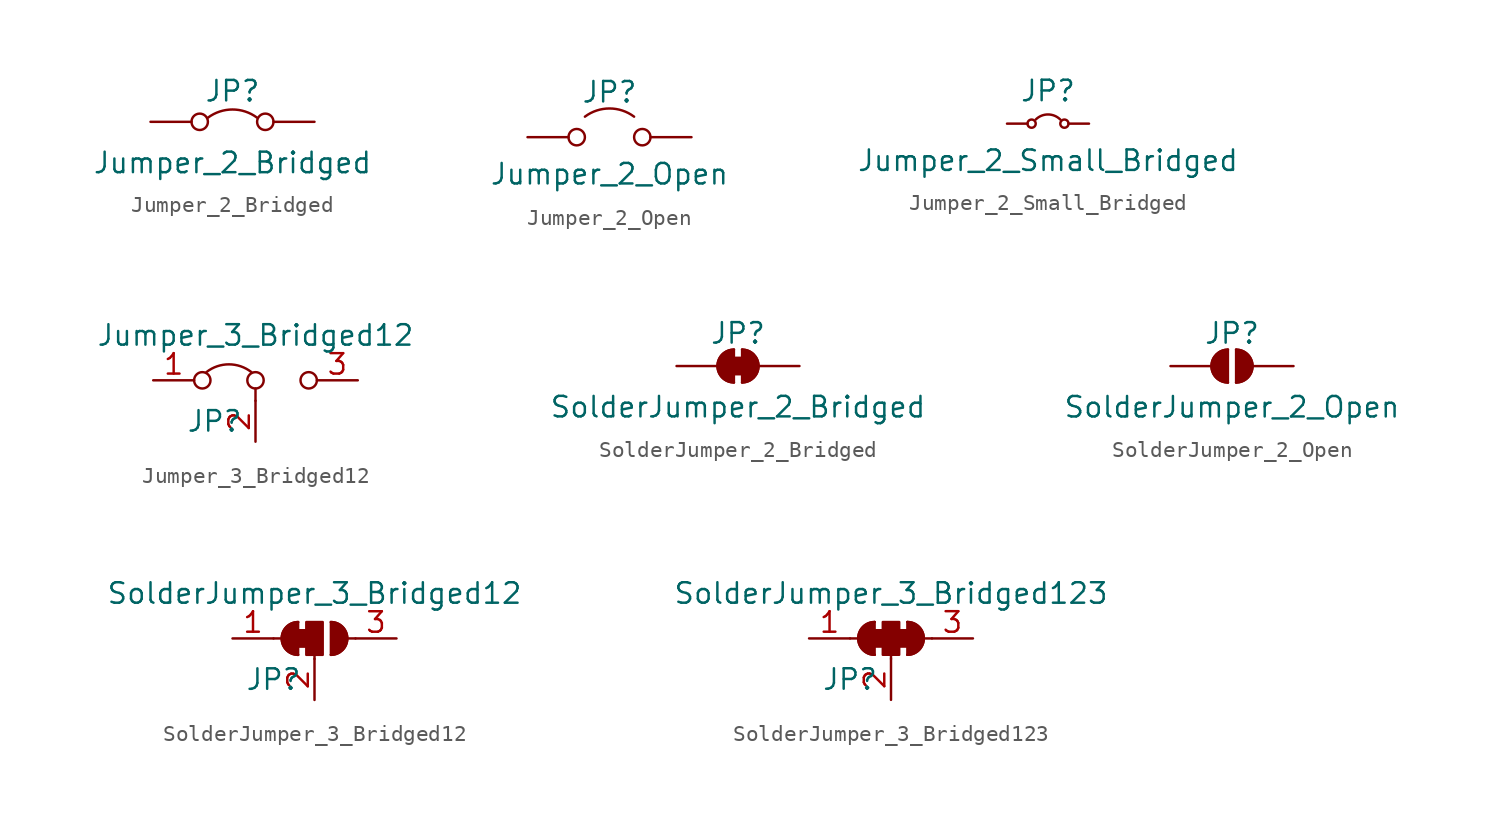
<source format=kicad_sym>
(kicad_symbol_lib
  (version 20231120)
  (generator "kicad_symbol_editor")
  (generator_version "8.0")
  (symbol "Jumper_2_Bridged"
    (pin_numbers hide)
    (pin_names
      (offset 0) hide)
    (property "Reference" "JP"
      (at 0 1.905 0)
      (effects (font (size 1.27 1.27))))
    (property "Value" "Jumper_2_Bridged"
      (at 0 -2.54 0)
      (effects (font (size 1.27 1.27))))
    (symbol "Jumper_2_Bridged_0_0"
      (circle (center -2.032 0) (radius 0.508) (stroke (width 0) (type default)) (fill (type none)))
      (circle (center 2.032 0) (radius 0.508) (stroke (width 0) (type default)) (fill (type none))))
    (symbol "Jumper_2_Bridged_0_1"
      (arc (start 1.524 0.254) (mid 0 0.762) (end -1.524 0.254) (stroke (width 0) (type default)) (fill (type none))))
    (symbol "Jumper_2_Bridged_1_1"
      (pin passive line (at -5.08 0 0) (length 2.54) (name "A" (effects (font (size 1.27 1.27)))) (number "1" (effects (font (size 1.27 1.27)))))
      (pin passive line (at 5.08 0 180) (length 2.54) (name "B" (effects (font (size 1.27 1.27)))) (number "2" (effects (font (size 1.27 1.27)))))))
  (symbol "Jumper_2_Open"
    (pin_numbers hide)
    (pin_names
      (offset 0) hide)
    (property "Reference" "JP"
      (at 0 2.794 0)
      (effects (font (size 1.27 1.27))))
    (property "Value" "Jumper_2_Open"
      (at 0 -2.286 0)
      (effects (font (size 1.27 1.27))))
    (symbol "Jumper_2_Open_0_0"
      (circle (center -2.032 0) (radius 0.508) (stroke (width 0) (type default)) (fill (type none)))
      (circle (center 2.032 0) (radius 0.508) (stroke (width 0) (type default)) (fill (type none))))
    (symbol "Jumper_2_Open_0_1"
      (arc (start 1.524 1.27) (mid 0 1.778) (end -1.524 1.27) (stroke (width 0) (type default)) (fill (type none))))
    (symbol "Jumper_2_Open_1_1"
      (pin passive line (at -5.08 0 0) (length 2.54) (name "A" (effects (font (size 1.27 1.27)))) (number "1" (effects (font (size 1.27 1.27)))))
      (pin passive line (at 5.08 0 180) (length 2.54) (name "B" (effects (font (size 1.27 1.27)))) (number "2" (effects (font (size 1.27 1.27)))))))
  (symbol "Jumper_2_Small_Bridged"
    (pin_numbers hide)
    (pin_names
      (offset 0) hide)
    (property "Reference" "JP"
      (at 0 2.032 0)
      (effects (font (size 1.27 1.27))))
    (property "Value" "Jumper_2_Small_Bridged"
      (at 0 -2.286 0)
      (effects (font (size 1.27 1.27))))
    (symbol "Jumper_2_Small_Bridged_0_0"
      (circle (center -1.016 0) (radius 0.254) (stroke (width 0) (type default)) (fill (type none)))
      (circle (center 1.016 0) (radius 0.254) (stroke (width 0) (type default)) (fill (type none))))
    (symbol "Jumper_2_Small_Bridged_0_1"
      (arc (start 0.762 0.254) (mid 0 0.5696) (end -0.762 0.254) (stroke (width 0) (type default)) (fill (type none))))
    (symbol "Jumper_2_Small_Bridged_1_1"
      (pin passive line (at -2.54 0 0) (length 1.27) (name "A" (effects (font (size 1.27 1.27)))) (number "1" (effects (font (size 1.27 1.27)))))
      (pin passive line (at 2.54 0 180) (length 1.27) (name "B" (effects (font (size 1.27 1.27)))) (number "2" (effects (font (size 1.27 1.27)))))))
  (symbol "Jumper_3_Bridged12"
    (pin_names
      (offset 0) hide)
    (property "Reference" "JP"
      (at -2.54 -2.54 0)
      (effects (font (size 1.27 1.27))))
    (property "Value" "Jumper_3_Bridged12"
      (at 0 2.794 0)
      (effects (font (size 1.27 1.27))))
    (symbol "Jumper_3_Bridged12_0_0"
      (circle (center -3.302 0) (radius 0.508) (stroke (width 0) (type default)) (fill (type none)))
      (circle (center 0 0) (radius 0.508) (stroke (width 0) (type default)) (fill (type none)))
      (circle (center 3.302 0) (radius 0.508) (stroke (width 0) (type default)) (fill (type none))))
    (symbol "Jumper_3_Bridged12_0_1"
      (arc (start -0.254 0.508) (mid -1.651 0.9912) (end -3.048 0.508) (stroke (width 0) (type default)) (fill (type none)))
      (polyline (pts (xy 0 -1.27) (xy 0 -0.508)) (stroke (width 0) (type default)) (fill (type none))))
    (symbol "Jumper_3_Bridged12_1_1"
      (pin passive line (at -6.35 0 0) (length 2.54) (name "A" (effects (font (size 1.27 1.27)))) (number "1" (effects (font (size 1.27 1.27)))))
      (pin passive line (at 0 -3.81 90) (length 2.54) (name "C" (effects (font (size 1.27 1.27)))) (number "2" (effects (font (size 1.27 1.27)))))
      (pin passive line (at 6.35 0 180) (length 2.54) (name "B" (effects (font (size 1.27 1.27)))) (number "3" (effects (font (size 1.27 1.27)))))))
  (symbol "SolderJumper_2_Bridged"
    (pin_numbers hide)
    (pin_names
      (offset 0) hide)
    (property "Reference" "JP"
      (at 0 2.032 0)
      (effects (font (size 1.27 1.27))))
    (property "Value" "SolderJumper_2_Bridged"
      (at 0 -2.54 0)
      (effects (font (size 1.27 1.27))))
    (symbol "SolderJumper_2_Bridged_0_1"
      (rectangle (start -0.508 0.508) (end 0.508 -0.508) (stroke (width 0) (type default)) (fill (type outline)))
      (arc (start -0.254 1.016) (mid -1.2656 0) (end -0.254 -1.016) (stroke (width 0) (type default)) (fill (type none)))
      (arc (start -0.254 1.016) (mid -1.2656 0) (end -0.254 -1.016) (stroke (width 0) (type default)) (fill (type outline)))
      (polyline (pts (xy -0.254 1.016) (xy -0.254 -1.016)) (stroke (width 0) (type default)) (fill (type none)))
      (polyline (pts (xy 0.254 1.016) (xy 0.254 -1.016)) (stroke (width 0) (type default)) (fill (type none)))
      (arc (start 0.254 -1.016) (mid 1.2656 0) (end 0.254 1.016) (stroke (width 0) (type default)) (fill (type none)))
      (arc (start 0.254 -1.016) (mid 1.2656 0) (end 0.254 1.016) (stroke (width 0) (type default)) (fill (type outline))))
    (symbol "SolderJumper_2_Bridged_1_1"
      (pin passive line (at -3.81 0 0) (length 2.54) (name "A" (effects (font (size 1.27 1.27)))) (number "1" (effects (font (size 1.27 1.27)))))
      (pin passive line (at 3.81 0 180) (length 2.54) (name "B" (effects (font (size 1.27 1.27)))) (number "2" (effects (font (size 1.27 1.27)))))))
  (symbol "SolderJumper_2_Open"
    (pin_numbers hide)
    (pin_names
      (offset 0) hide)
    (property "Reference" "JP"
      (at 0 2.032 0)
      (effects (font (size 1.27 1.27))))
    (property "Value" "SolderJumper_2_Open"
      (at 0 -2.54 0)
      (effects (font (size 1.27 1.27))))
    (symbol "SolderJumper_2_Open_0_1"
      (arc (start -0.254 1.016) (mid -1.2656 0) (end -0.254 -1.016) (stroke (width 0) (type default)) (fill (type none)))
      (arc (start -0.254 1.016) (mid -1.2656 0) (end -0.254 -1.016) (stroke (width 0) (type default)) (fill (type outline)))
      (polyline (pts (xy -0.254 1.016) (xy -0.254 -1.016)) (stroke (width 0) (type default)) (fill (type none)))
      (polyline (pts (xy 0.254 1.016) (xy 0.254 -1.016)) (stroke (width 0) (type default)) (fill (type none)))
      (arc (start 0.254 -1.016) (mid 1.2656 0) (end 0.254 1.016) (stroke (width 0) (type default)) (fill (type none)))
      (arc (start 0.254 -1.016) (mid 1.2656 0) (end 0.254 1.016) (stroke (width 0) (type default)) (fill (type outline))))
    (symbol "SolderJumper_2_Open_1_1"
      (pin passive line (at -3.81 0 0) (length 2.54) (name "A" (effects (font (size 1.27 1.27)))) (number "1" (effects (font (size 1.27 1.27)))))
      (pin passive line (at 3.81 0 180) (length 2.54) (name "B" (effects (font (size 1.27 1.27)))) (number "2" (effects (font (size 1.27 1.27)))))))
  (symbol "SolderJumper_3_Bridged12"
    (pin_names
      (offset 0) hide)
    (property "Reference" "JP"
      (at -2.54 -2.54 0)
      (effects (font (size 1.27 1.27))))
    (property "Value" "SolderJumper_3_Bridged12"
      (at 0 2.794 0)
      (effects (font (size 1.27 1.27))))
    (symbol "SolderJumper_3_Bridged12_0_1"
      (rectangle (start -1.016 0.508) (end -0.508 -0.508) (stroke (width 0) (type default)) (fill (type outline)))
      (arc (start -1.016 1.016) (mid -2.0276 0) (end -1.016 -1.016) (stroke (width 0) (type default)) (fill (type none)))
      (arc (start -1.016 1.016) (mid -2.0276 0) (end -1.016 -1.016) (stroke (width 0) (type default)) (fill (type outline)))
      (rectangle (start -0.508 1.016) (end 0.508 -1.016) (stroke (width 0) (type default)) (fill (type outline)))
      (polyline (pts (xy -2.54 0) (xy -2.032 0)) (stroke (width 0) (type default)) (fill (type none)))
      (polyline (pts (xy -1.016 1.016) (xy -1.016 -1.016)) (stroke (width 0) (type default)) (fill (type none)))
      (polyline (pts (xy 0 -1.27) (xy 0 -1.016)) (stroke (width 0) (type default)) (fill (type none)))
      (polyline (pts (xy 1.016 1.016) (xy 1.016 -1.016)) (stroke (width 0) (type default)) (fill (type none)))
      (polyline (pts (xy 2.54 0) (xy 2.032 0)) (stroke (width 0) (type default)) (fill (type none)))
      (arc (start 1.016 -1.016) (mid 2.0276 0) (end 1.016 1.016) (stroke (width 0) (type default)) (fill (type none)))
      (arc (start 1.016 -1.016) (mid 2.0276 0) (end 1.016 1.016) (stroke (width 0) (type default)) (fill (type outline))))
    (symbol "SolderJumper_3_Bridged12_1_1"
      (pin passive line (at -5.08 0 0) (length 2.54) (name "A" (effects (font (size 1.27 1.27)))) (number "1" (effects (font (size 1.27 1.27)))))
      (pin passive line (at 0 -3.81 90) (length 2.54) (name "C" (effects (font (size 1.27 1.27)))) (number "2" (effects (font (size 1.27 1.27)))))
      (pin passive line (at 5.08 0 180) (length 2.54) (name "B" (effects (font (size 1.27 1.27)))) (number "3" (effects (font (size 1.27 1.27)))))))
  (symbol "SolderJumper_3_Bridged123"
    (pin_names
      (offset 0) hide)
    (property "Reference" "JP"
      (at -2.54 -2.54 0)
      (effects (font (size 1.27 1.27))))
    (property "Value" "SolderJumper_3_Bridged123"
      (at 0 2.794 0)
      (effects (font (size 1.27 1.27))))
    (symbol "SolderJumper_3_Bridged123_0_1"
      (rectangle (start -1.016 0.508) (end -0.508 -0.508) (stroke (width 0) (type default)) (fill (type outline)))
      (arc (start -1.016 1.016) (mid -2.0276 0) (end -1.016 -1.016) (stroke (width 0) (type default)) (fill (type none)))
      (arc (start -1.016 1.016) (mid -2.0276 0) (end -1.016 -1.016) (stroke (width 0) (type default)) (fill (type outline)))
      (rectangle (start -0.508 1.016) (end 0.508 -1.016) (stroke (width 0) (type default)) (fill (type outline)))
      (polyline (pts (xy -2.54 0) (xy -2.032 0)) (stroke (width 0) (type default)) (fill (type none)))
      (polyline (pts (xy -1.016 1.016) (xy -1.016 -1.016)) (stroke (width 0) (type default)) (fill (type none)))
      (polyline (pts (xy 0 -1.27) (xy 0 -1.016)) (stroke (width 0) (type default)) (fill (type none)))
      (polyline (pts (xy 1.016 1.016) (xy 1.016 -1.016)) (stroke (width 0) (type default)) (fill (type none)))
      (polyline (pts (xy 2.54 0) (xy 2.032 0)) (stroke (width 0) (type default)) (fill (type none)))
      (rectangle (start 0.508 0.508) (end 1.016 -0.508) (stroke (width 0) (type default)) (fill (type outline)))
      (arc (start 1.016 -1.016) (mid 2.0276 0) (end 1.016 1.016) (stroke (width 0) (type default)) (fill (type none)))
      (arc (start 1.016 -1.016) (mid 2.0276 0) (end 1.016 1.016) (stroke (width 0) (type default)) (fill (type outline))))
    (symbol "SolderJumper_3_Bridged123_1_1"
      (pin passive line (at -5.08 0 0) (length 2.54) (name "A" (effects (font (size 1.27 1.27)))) (number "1" (effects (font (size 1.27 1.27)))))
      (pin passive line (at 0 -3.81 90) (length 2.54) (name "C" (effects (font (size 1.27 1.27)))) (number "2" (effects (font (size 1.27 1.27)))))
      (pin passive line (at 5.08 0 180) (length 2.54) (name "B" (effects (font (size 1.27 1.27)))) (number "3" (effects (font (size 1.27 1.27))))))))
</source>
